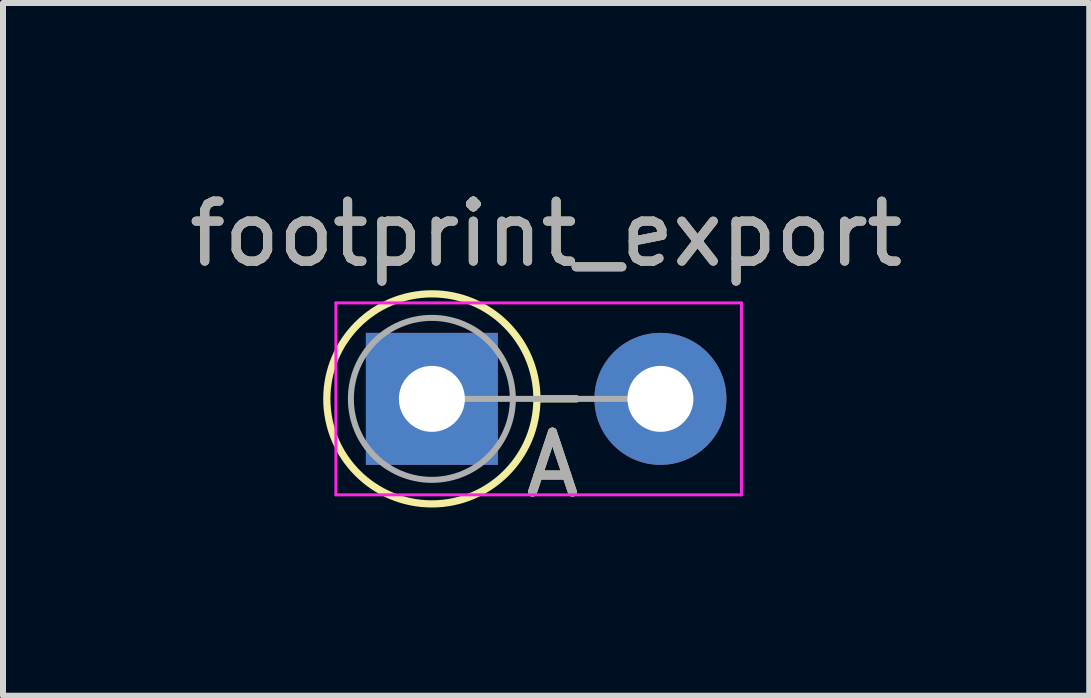
<source format=kicad_pcb>
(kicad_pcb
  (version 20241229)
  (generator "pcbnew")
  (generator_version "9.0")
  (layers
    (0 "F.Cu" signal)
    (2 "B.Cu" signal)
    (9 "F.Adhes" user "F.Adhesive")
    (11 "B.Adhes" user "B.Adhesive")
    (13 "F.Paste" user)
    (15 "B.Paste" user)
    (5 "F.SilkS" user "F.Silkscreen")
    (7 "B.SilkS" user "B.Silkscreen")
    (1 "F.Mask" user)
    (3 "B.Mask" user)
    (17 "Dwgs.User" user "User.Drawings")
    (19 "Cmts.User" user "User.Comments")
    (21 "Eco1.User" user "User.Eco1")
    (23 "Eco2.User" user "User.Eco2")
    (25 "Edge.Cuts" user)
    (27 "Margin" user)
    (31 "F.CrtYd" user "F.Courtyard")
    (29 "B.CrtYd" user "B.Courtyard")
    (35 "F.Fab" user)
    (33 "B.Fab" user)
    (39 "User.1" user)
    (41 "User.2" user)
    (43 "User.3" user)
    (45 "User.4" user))
  (footprint "footprint_export"
    (layer "F.Cu")
    (at 4.149 3.599)
    (property "Reference" "footprint_export" (at 1.905 -2.751 0) (layer "F.SilkS") (effects (font (size 1 1) (thickness 0.15))))
    (attr through_hole)
    (fp_line (start 1.751 0) (end 2.41 0) (stroke (width 0.12) (type solid)) (layer "F.SilkS"))
    (fp_circle (center 0 0) (end 1.751 0) (stroke (width 0.12) (type solid)) (fill no) (layer "F.SilkS"))
    (fp_line (start -1.6 -1.6) (end -1.6 1.6) (stroke (width 0.05) (type solid)) (layer "F.CrtYd"))
    (fp_line (start -1.6 1.6) (end 5.16 1.6) (stroke (width 0.05) (type solid)) (layer "F.CrtYd"))
    (fp_line (start 5.16 -1.6) (end -1.6 -1.6) (stroke (width 0.05) (type solid)) (layer "F.CrtYd"))
    (fp_line (start 5.16 1.6) (end 5.16 -1.6) (stroke (width 0.05) (type solid)) (layer "F.CrtYd"))
    (fp_line (start 0 0) (end 3.81 0) (stroke (width 0.1) (type solid)) (layer "F.Fab"))
    (fp_circle (center 0 0) (end 1.35 0) (stroke (width 0.1) (type solid)) (fill no) (layer "F.Fab"))
    (fp_text user "A" (at 2.01 1.1 0) (layer "F.SilkS") (effects (font (size 1 1) (thickness 0.15))))
    (fp_text user "${REFERENCE}" (at 1.905 -2.751 0) (layer "F.Fab") (effects (font (size 1 1) (thickness 0.15))))
    (fp_text user "A" (at 2.01 1.1 0) (layer "F.Fab") (effects (font (size 1 1) (thickness 0.15))))
    (pad "1" thru_hole rect (at 0 0) (size 2.2 2.2) (drill 1.1) (layers "*.Cu" "*.Mask"))
    (pad "2" thru_hole oval (at 3.81 0) (size 2.2 2.2) (drill 1.1) (layers "*.Cu" "*.Mask")))
  (gr_rect
    (start -3 -3)
    (end 15.107 8.547)
    (stroke (width 0.1) (type default))
    (fill no)
    (layer "Edge.Cuts")))
</source>
